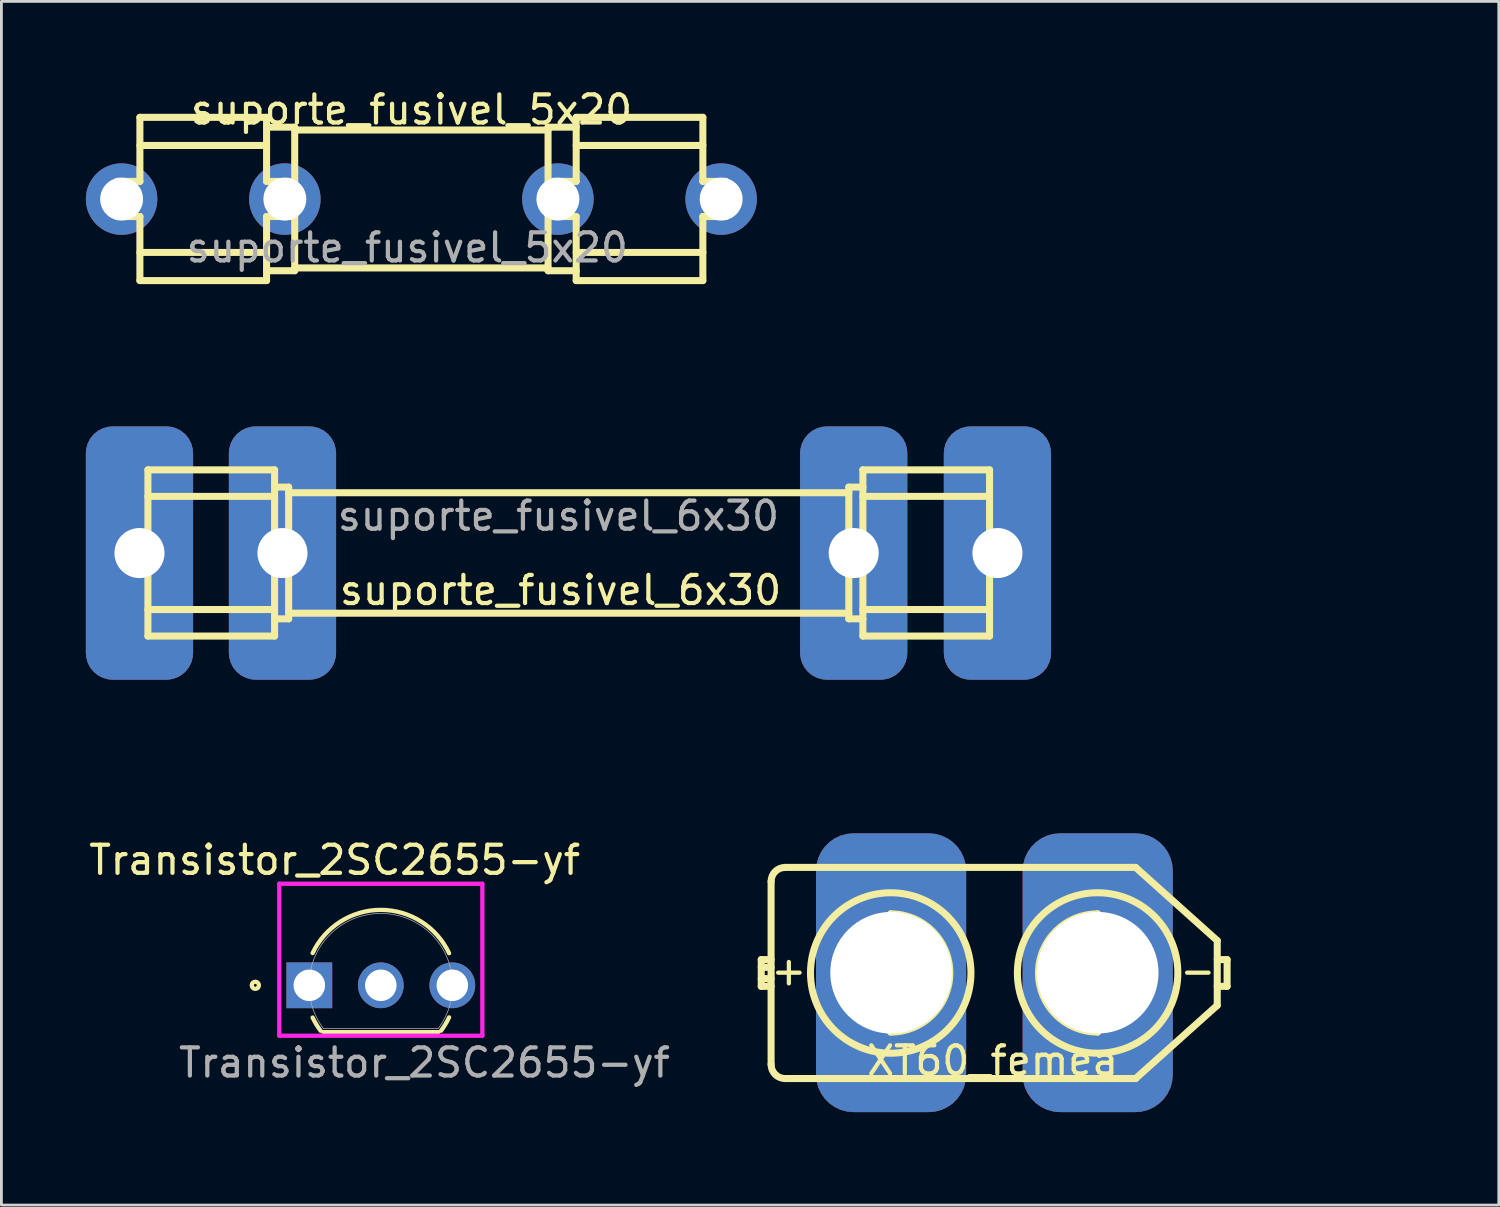
<source format=kicad_pcb>
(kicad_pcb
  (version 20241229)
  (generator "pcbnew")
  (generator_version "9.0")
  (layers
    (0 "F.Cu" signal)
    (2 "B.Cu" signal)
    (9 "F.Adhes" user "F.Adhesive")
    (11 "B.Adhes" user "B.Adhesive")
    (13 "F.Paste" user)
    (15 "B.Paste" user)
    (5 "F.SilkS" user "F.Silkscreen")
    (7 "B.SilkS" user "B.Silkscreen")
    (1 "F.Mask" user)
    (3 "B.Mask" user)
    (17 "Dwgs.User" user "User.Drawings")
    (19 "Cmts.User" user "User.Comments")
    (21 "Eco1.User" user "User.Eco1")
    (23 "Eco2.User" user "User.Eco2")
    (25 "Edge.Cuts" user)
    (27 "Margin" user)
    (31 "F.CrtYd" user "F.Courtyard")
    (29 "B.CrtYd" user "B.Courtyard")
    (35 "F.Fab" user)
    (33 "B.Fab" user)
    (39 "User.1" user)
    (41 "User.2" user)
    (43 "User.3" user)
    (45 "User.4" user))
  (footprint "Transistor_2SC2655-yf"
    (layer "F.Cu")
    (at 5.299 26.804)
    (property "Reference" "Transistor_2SC2655-yf" (at 3.54 0.7 0) (unlocked yes) (layer "F.SilkS") (effects (font (size 1 1) (thickness 0.15))))
    (attr through_hole)
    (fp_line (start 3.142 6.814) (end 7.218 6.814) (stroke (width 0.152) (type solid)) (layer "F.SilkS"))
    (fp_arc (start 2.757396 4.004458) (mid 5.183088 2.470302) (end 7.605123 4.010225) (stroke (width 0.1524) (type solid)) (layer "F.SilkS"))
    (fp_arc (start 3.040151 6.763154) (mid 2.886823 6.536574) (end 2.757396 6.295542) (stroke (width 0.1524) (type solid)) (layer "F.SilkS"))
    (fp_arc (start 7.605122 6.289775) (mid 7.474621 6.533843) (end 7.319649 6.763154) (stroke (width 0.1524) (type solid)) (layer "F.SilkS"))
    (fp_circle (center 0.722 5.15) (end 0.849 5.15) (stroke (width 0.152) (type solid)) (fill no) (layer "F.SilkS"))
    (fp_line (start 1.573 1.543) (end 8.787 1.543) (stroke (width 0.152) (type solid)) (layer "F.CrtYd"))
    (fp_line (start 1.573 6.941) (end 1.573 1.543) (stroke (width 0.152) (type solid)) (layer "F.CrtYd"))
    (fp_line (start 8.787 1.543) (end 8.787 6.941) (stroke (width 0.152) (type solid)) (layer "F.CrtYd"))
    (fp_line (start 8.787 6.941) (end 1.573 6.941) (stroke (width 0.152) (type solid)) (layer "F.CrtYd"))
    (fp_line (start 2.386 5.15) (end 2.894 5.15) (stroke (width 0.152) (type solid)) (layer "F.Fab"))
    (fp_line (start 2.64 5.404) (end 2.64 4.896) (stroke (width 0.152) (type solid)) (layer "F.Fab"))
    (fp_line (start 3.142 6.687) (end 7.218 6.687) (stroke (width 0.025) (type solid)) (layer "F.Fab"))
    (fp_arc (start 3.141559 6.686699) (mid 5.179901 2.5973) (end 7.21824 6.6867) (stroke (width 0.0254) (type solid)) (layer "F.Fab"))
    (fp_circle (center 2.881 5.15) (end 3.008 5.15) (stroke (width 0.025) (type solid)) (fill no) (layer "F.Fab"))
    (fp_text user "${REFERENCE}" (at 6.73 7.9 0) (unlocked yes) (layer "F.Fab") (effects (font (size 1 1) (thickness 0.15))))
    (pad "1" thru_hole rect (at 2.64 5.15) (size 1.626 1.626) (drill 1.118) (layers "*.Cu" "*.Mask"))
    (pad "2" thru_hole circle (at 5.18 5.15) (size 1.626 1.626) (drill 1.118) (layers "*.Cu" "*.Mask"))
    (pad "3" thru_hole circle (at 7.72 5.15) (size 1.626 1.626) (drill 1.118) (layers "*.Cu" "*.Mask")))
  (footprint "suporte_fusivel_5x20"
    (layer "F.Cu")
    (at 9.72 8.848)
    (property "Reference" "suporte_fusivel_5x20" (at 1.85 -8 0) (unlocked yes) (layer "F.SilkS") (effects (font (size 1 1) (thickness 0.15))))
    (attr through_hole)
    (fp_line (start -8.6 -5.455) (end -7.8 -5.455) (stroke (width 0.25) (type solid)) (layer "F.SilkS"))
    (fp_line (start -8.6 -4.205) (end -8.6 -5.455) (stroke (width 0.25) (type solid)) (layer "F.SilkS"))
    (fp_line (start -7.8 -5.455) (end -7.8 -7.73) (stroke (width 0.25) (type solid)) (layer "F.SilkS"))
    (fp_line (start -7.8 -4.205) (end -8.6 -4.205) (stroke (width 0.25) (type solid)) (layer "F.SilkS"))
    (fp_line (start -7.8 -1.93) (end -7.8 -4.205) (stroke (width 0.25) (type solid)) (layer "F.SilkS"))
    (fp_line (start -7.8 -1.93) (end -3.3 -1.93) (stroke (width 0.25) (type solid)) (layer "F.SilkS"))
    (fp_line (start -3.3 -7.73) (end -7.8 -7.73) (stroke (width 0.25) (type solid)) (layer "F.SilkS"))
    (fp_line (start -3.3 -6.73) (end -7.8 -6.73) (stroke (width 0.25) (type solid)) (layer "F.SilkS"))
    (fp_line (start -3.3 -5.455) (end -3.3 -7.73) (stroke (width 0.25) (type solid)) (layer "F.SilkS"))
    (fp_line (start -3.3 -5.455) (end -2.5 -5.455) (stroke (width 0.25) (type solid)) (layer "F.SilkS"))
    (fp_line (start -3.3 -2.93) (end -7.8 -2.93) (stroke (width 0.25) (type solid)) (layer "F.SilkS"))
    (fp_line (start -3.3 -1.93) (end -3.3 -4.205) (stroke (width 0.25) (type solid)) (layer "F.SilkS"))
    (fp_line (start -2.5 -5.455) (end -2.5 -4.205) (stroke (width 0.25) (type solid)) (layer "F.SilkS"))
    (fp_line (start -2.5 -4.205) (end -3.3 -4.205) (stroke (width 0.25) (type solid)) (layer "F.SilkS"))
    (fp_line (start -2.3 -7.38) (end -3.3 -7.38) (stroke (width 0.25) (type solid)) (layer "F.SilkS"))
    (fp_line (start -2.3 -7.28) (end 6.7 -7.28) (stroke (width 0.25) (type solid)) (layer "F.SilkS"))
    (fp_line (start -2.3 -2.38) (end 6.7 -2.38) (stroke (width 0.25) (type solid)) (layer "F.SilkS"))
    (fp_line (start -2.3 -2.28) (end -3.3 -2.28) (stroke (width 0.25) (type solid)) (layer "F.SilkS"))
    (fp_line (start -2.3 -2.28) (end -2.3 -7.38) (stroke (width 0.25) (type solid)) (layer "F.SilkS"))
    (fp_line (start 6.7 -7.38) (end 7.7 -7.38) (stroke (width 0.25) (type solid)) (layer "F.SilkS"))
    (fp_line (start 6.7 -2.28) (end 6.7 -7.38) (stroke (width 0.25) (type solid)) (layer "F.SilkS"))
    (fp_line (start 6.7 -2.28) (end 7.7 -2.28) (stroke (width 0.25) (type solid)) (layer "F.SilkS"))
    (fp_line (start 6.9 -5.455) (end 7.7 -5.455) (stroke (width 0.25) (type solid)) (layer "F.SilkS"))
    (fp_line (start 6.9 -4.205) (end 6.9 -5.455) (stroke (width 0.25) (type solid)) (layer "F.SilkS"))
    (fp_line (start 7.7 -5.455) (end 7.7 -7.73) (stroke (width 0.25) (type solid)) (layer "F.SilkS"))
    (fp_line (start 7.7 -4.205) (end 6.9 -4.205) (stroke (width 0.25) (type solid)) (layer "F.SilkS"))
    (fp_line (start 7.7 -1.93) (end 7.7 -4.205) (stroke (width 0.25) (type solid)) (layer "F.SilkS"))
    (fp_line (start 7.7 -1.93) (end 12.2 -1.93) (stroke (width 0.25) (type solid)) (layer "F.SilkS"))
    (fp_line (start 12.2 -7.73) (end 7.7 -7.73) (stroke (width 0.25) (type solid)) (layer "F.SilkS"))
    (fp_line (start 12.2 -6.73) (end 7.7 -6.73) (stroke (width 0.25) (type solid)) (layer "F.SilkS"))
    (fp_line (start 12.2 -5.455) (end 12.2 -7.73) (stroke (width 0.25) (type solid)) (layer "F.SilkS"))
    (fp_line (start 12.2 -5.455) (end 13 -5.455) (stroke (width 0.25) (type solid)) (layer "F.SilkS"))
    (fp_line (start 12.2 -2.93) (end 7.7 -2.93) (stroke (width 0.25) (type solid)) (layer "F.SilkS"))
    (fp_line (start 12.2 -1.93) (end 12.2 -4.205) (stroke (width 0.25) (type solid)) (layer "F.SilkS"))
    (fp_line (start 13 -5.455) (end 13 -4.205) (stroke (width 0.25) (type solid)) (layer "F.SilkS"))
    (fp_line (start 13 -4.205) (end 12.2 -4.205) (stroke (width 0.25) (type solid)) (layer "F.SilkS"))
    (fp_circle (center -8.45 -4.83) (end -8.3 -4.83) (stroke (width 0.2) (type solid)) (fill no) (layer "F.SilkS"))
    (fp_circle (center -2.65 -4.83) (end -2.5 -4.83) (stroke (width 0.2) (type solid)) (fill no) (layer "F.SilkS"))
    (fp_circle (center 7.05 -4.83) (end 7.2 -4.83) (stroke (width 0.2) (type solid)) (fill no) (layer "F.SilkS"))
    (fp_circle (center 12.85 -4.83) (end 13 -4.83) (stroke (width 0.2) (type solid)) (fill no) (layer "F.SilkS"))
    (fp_text user "${REFERENCE}" (at 1.7 -3.1 0) (unlocked yes) (layer "F.Fab") (effects (font (size 1 1) (thickness 0.15))))
    (pad "1" thru_hole circle (at -8.45 -4.825) (size 2.54 2.54) (drill 1.524) (layers "*.Cu" "*.Mask"))
    (pad "1" thru_hole circle (at -2.65 -4.825) (size 2.54 2.54) (drill 1.524) (layers "*.Cu" "*.Mask"))
    (pad "2" thru_hole circle (at 7.05 -4.825) (size 2.54 2.54) (drill 1.524) (layers "*.Cu" "*.Mask"))
    (pad "2" thru_hole circle (at 12.85 -4.825) (size 2.54 2.54) (drill 1.524) (layers "*.Cu" "*.Mask")))
  (footprint "XT60_femea"
    (layer "F.Cu")
    (at 46.946 36.511)
    (property "Reference" "XT60_femea" (at -14.732 -1.88 0) (unlocked yes) (layer "F.SilkS") (effects (font (size 1 1) (thickness 0.15))))
    (attr through_hole)
    (fp_line (start -22.952 -5.47) (end -22.602 -5.47) (stroke (width 0.25) (type solid)) (layer "F.SilkS"))
    (fp_line (start -22.952 -5.195) (end -22.602 -5.195) (stroke (width 0.25) (type solid)) (layer "F.SilkS"))
    (fp_line (start -22.952 -4.795) (end -22.602 -4.795) (stroke (width 0.25) (type solid)) (layer "F.SilkS"))
    (fp_line (start -22.952 -4.52) (end -22.952 -5.47) (stroke (width 0.25) (type solid)) (layer "F.SilkS"))
    (fp_line (start -22.952 -4.52) (end -22.602 -4.52) (stroke (width 0.25) (type solid)) (layer "F.SilkS"))
    (fp_line (start -22.602 -8.245) (end -22.602 -1.745) (stroke (width 0.25) (type solid)) (layer "F.SilkS"))
    (fp_line (start -22.102 -1.245) (end -9.652 -1.245) (stroke (width 0.25) (type solid)) (layer "F.SilkS"))
    (fp_line (start -18.352 -6.445) (end -18.352 -7.095) (stroke (width 0.25) (type solid)) (layer "F.SilkS"))
    (fp_line (start -18.352 -2.895) (end -18.352 -3.545) (stroke (width 0.25) (type solid)) (layer "F.SilkS"))
    (fp_line (start -11.002 -7.095) (end -11.002 -6.445) (stroke (width 0.25) (type solid)) (layer "F.SilkS"))
    (fp_line (start -11.002 -3.545) (end -11.002 -2.895) (stroke (width 0.25) (type solid)) (layer "F.SilkS"))
    (fp_line (start -9.652 -8.745) (end -22.102 -8.745) (stroke (width 0.25) (type solid)) (layer "F.SilkS"))
    (fp_line (start -9.652 -1.245) (end -6.752 -3.845) (stroke (width 0.25) (type solid)) (layer "F.SilkS"))
    (fp_line (start -6.752 -6.145) (end -9.652 -8.745) (stroke (width 0.25) (type solid)) (layer "F.SilkS"))
    (fp_line (start -6.752 -3.845) (end -6.752 -6.145) (stroke (width 0.25) (type solid)) (layer "F.SilkS"))
    (fp_line (start -6.402 -5.47) (end -6.752 -5.47) (stroke (width 0.25) (type solid)) (layer "F.SilkS"))
    (fp_line (start -6.402 -5.47) (end -6.402 -4.52) (stroke (width 0.25) (type solid)) (layer "F.SilkS"))
    (fp_line (start -6.402 -4.52) (end -6.752 -4.52) (stroke (width 0.25) (type solid)) (layer "F.SilkS"))
    (fp_arc (start -22.602 -8.2446) (mid -22.455553 -8.598153) (end -22.102 -8.7446) (stroke (width 0.25) (type solid)) (layer "F.SilkS"))
    (fp_arc (start -22.102 -1.2446) (mid -22.455553 -1.391047) (end -22.602 -1.7446) (stroke (width 0.25) (type solid)) (layer "F.SilkS"))
    (fp_arc (start -18.352 -7.0946) (mid -16.252 -4.9946) (end -18.352 -2.8946) (stroke (width 0.25) (type solid)) (layer "F.SilkS"))
    (fp_arc (start -18.352 -6.4446) (mid -16.902 -4.9946) (end -18.352 -3.5446) (stroke (width 0.25) (type solid)) (layer "F.SilkS"))
    (fp_arc (start -11.002 -3.5446) (mid -12.452 -4.9946) (end -11.002 -6.4446) (stroke (width 0.25) (type solid)) (layer "F.SilkS"))
    (fp_arc (start -11.002 -2.8946) (mid -13.102 -4.9946) (end -11.002 -7.0946) (stroke (width 0.25) (type solid)) (layer "F.SilkS"))
    (fp_circle (center -18.352 -4.995) (end -15.502 -4.995) (stroke (width 0.25) (type solid)) (fill no) (layer "F.SilkS"))
    (fp_circle (center -11.002 -4.995) (end -8.152 -4.995) (stroke (width 0.25) (type solid)) (fill no) (layer "F.SilkS"))
    (fp_text user "+" (at -21.971 -5.08 0) (unlocked yes) (layer "F.SilkS") (effects (font (size 1 1) (thickness 0.15))))
    (fp_text user "-" (at -7.442 -5.08 0) (unlocked yes) (layer "F.SilkS") (effects (font (size 1 1) (thickness 0.15))))
    (pad "1" thru_hole roundrect (at -18.339 -5.004) (size 5.334 9.906) (drill 4.318) (layers "*.Cu" "*.Mask") (roundrect_rratio 0.25))
    (pad "2" thru_hole roundrect (at -10.998 -5.004) (size 5.334 9.906) (drill 4.318) (layers "*.Cu" "*.Mask") (roundrect_rratio 0.25)))
  (footprint "suporte_fusivel_6x30"
    (layer "F.Cu")
    (at 18.948 23.304)
    (property "Reference" "suporte_fusivel_6x30" (at -2.083 -5.385 0) (unlocked yes) (layer "F.SilkS") (effects (font (size 1 1) (thickness 0.15))))
    (attr through_hole)
    (fp_line (start -17.233 -7.334) (end -17.233 -6.084) (stroke (width 0.25) (type solid)) (layer "F.SilkS"))
    (fp_line (start -17.233 -6.084) (end -16.743 -6.084) (stroke (width 0.25) (type solid)) (layer "F.SilkS"))
    (fp_line (start -16.848 -6.709) (end -17.233 -6.709) (stroke (width 0.25) (type solid)) (layer "F.SilkS"))
    (fp_line (start -16.848 -6.084) (end -16.848 -7.334) (stroke (width 0.25) (type solid)) (layer "F.SilkS"))
    (fp_line (start -16.743 -9.662) (end -16.743 -3.757) (stroke (width 0.25) (type solid)) (layer "F.SilkS"))
    (fp_line (start -16.743 -7.334) (end -17.233 -7.334) (stroke (width 0.25) (type solid)) (layer "F.SilkS"))
    (fp_line (start -12.243 -9.662) (end -16.743 -9.662) (stroke (width 0.25) (type solid)) (layer "F.SilkS"))
    (fp_line (start -12.243 -9.662) (end -12.243 -3.757) (stroke (width 0.25) (type solid)) (layer "F.SilkS"))
    (fp_line (start -12.243 -9.049) (end -11.743 -9.049) (stroke (width 0.25) (type solid)) (layer "F.SilkS"))
    (fp_line (start -12.243 -8.72) (end -16.743 -8.72) (stroke (width 0.25) (type solid)) (layer "F.SilkS"))
    (fp_line (start -12.243 -6.084) (end -11.753 -6.084) (stroke (width 0.25) (type solid)) (layer "F.SilkS"))
    (fp_line (start -12.243 -4.699) (end -16.743 -4.699) (stroke (width 0.25) (type solid)) (layer "F.SilkS"))
    (fp_line (start -12.243 -4.369) (end -11.743 -4.369) (stroke (width 0.25) (type solid)) (layer "F.SilkS"))
    (fp_line (start -12.243 -3.757) (end -16.743 -3.757) (stroke (width 0.25) (type solid)) (layer "F.SilkS"))
    (fp_line (start -12.138 -7.334) (end -12.138 -6.084) (stroke (width 0.25) (type solid)) (layer "F.SilkS"))
    (fp_line (start -11.753 -7.334) (end -12.243 -7.334) (stroke (width 0.25) (type solid)) (layer "F.SilkS"))
    (fp_line (start -11.753 -6.709) (end -12.138 -6.709) (stroke (width 0.25) (type solid)) (layer "F.SilkS"))
    (fp_line (start -11.753 -6.084) (end -11.753 -7.334) (stroke (width 0.25) (type solid)) (layer "F.SilkS"))
    (fp_line (start -11.743 -9.049) (end -11.743 -4.369) (stroke (width 0.25) (type solid)) (layer "F.SilkS"))
    (fp_line (start 8.157 -9.049) (end 8.157 -4.369) (stroke (width 0.25) (type solid)) (layer "F.SilkS"))
    (fp_line (start 8.157 -8.849) (end -11.743 -8.849) (stroke (width 0.25) (type solid)) (layer "F.SilkS"))
    (fp_line (start 8.157 -4.569) (end -11.743 -4.569) (stroke (width 0.25) (type solid)) (layer "F.SilkS"))
    (fp_line (start 8.167 -7.334) (end 8.657 -7.334) (stroke (width 0.25) (type solid)) (layer "F.SilkS"))
    (fp_line (start 8.167 -6.709) (end 8.552 -6.709) (stroke (width 0.25) (type solid)) (layer "F.SilkS"))
    (fp_line (start 8.167 -6.084) (end 8.167 -7.334) (stroke (width 0.25) (type solid)) (layer "F.SilkS"))
    (fp_line (start 8.552 -7.334) (end 8.552 -6.084) (stroke (width 0.25) (type solid)) (layer "F.SilkS"))
    (fp_line (start 8.657 -9.662) (end 8.657 -3.757) (stroke (width 0.25) (type solid)) (layer "F.SilkS"))
    (fp_line (start 8.657 -9.049) (end 8.157 -9.049) (stroke (width 0.25) (type solid)) (layer "F.SilkS"))
    (fp_line (start 8.657 -8.72) (end 13.157 -8.72) (stroke (width 0.25) (type solid)) (layer "F.SilkS"))
    (fp_line (start 8.657 -6.084) (end 8.167 -6.084) (stroke (width 0.25) (type solid)) (layer "F.SilkS"))
    (fp_line (start 8.657 -4.699) (end 13.157 -4.699) (stroke (width 0.25) (type solid)) (layer "F.SilkS"))
    (fp_line (start 8.657 -4.369) (end 8.157 -4.369) (stroke (width 0.25) (type solid)) (layer "F.SilkS"))
    (fp_line (start 8.657 -3.757) (end 13.157 -3.757) (stroke (width 0.25) (type solid)) (layer "F.SilkS"))
    (fp_line (start 13.157 -9.662) (end 8.657 -9.662) (stroke (width 0.25) (type solid)) (layer "F.SilkS"))
    (fp_line (start 13.157 -9.662) (end 13.157 -3.757) (stroke (width 0.25) (type solid)) (layer "F.SilkS"))
    (fp_line (start 13.157 -7.334) (end 13.647 -7.334) (stroke (width 0.25) (type solid)) (layer "F.SilkS"))
    (fp_line (start 13.262 -6.709) (end 13.647 -6.709) (stroke (width 0.25) (type solid)) (layer "F.SilkS"))
    (fp_line (start 13.262 -6.084) (end 13.262 -7.334) (stroke (width 0.25) (type solid)) (layer "F.SilkS"))
    (fp_line (start 13.647 -7.334) (end 13.647 -6.084) (stroke (width 0.25) (type solid)) (layer "F.SilkS"))
    (fp_line (start 13.647 -6.084) (end 13.157 -6.084) (stroke (width 0.25) (type solid)) (layer "F.SilkS"))
    (fp_text user "${REFERENCE}" (at -2.159 -8.026 0) (unlocked yes) (layer "F.Fab") (effects (font (size 1 1) (thickness 0.15))))
    (pad "1" thru_hole roundrect (at -17.043 -6.706 90) (size 9 3.81) (drill 1.778) (layers "*.Cu" "*.Mask") (roundrect_rratio 0.25))
    (pad "1" thru_hole roundrect (at -11.963 -6.706 90) (size 9 3.81) (drill 1.778) (layers "*.Cu" "*.Mask") (roundrect_rratio 0.25))
    (pad "2" thru_hole roundrect (at 8.331 -6.706 90) (size 9 3.81) (drill 1.778) (layers "*.Cu" "*.Mask" "Eco1.User") (roundrect_rratio 0.25))
    (pad "2" thru_hole roundrect (at 13.437 -6.706 90) (size 9 3.81) (drill 1.778) (layers "*.Cu" "*.Mask") (roundrect_rratio 0.25)))
  (gr_rect
    (start -3 -3)
    (end 50.196 39.761)
    (stroke (width 0.1) (type default))
    (fill no)
    (layer "Edge.Cuts")))
</source>
